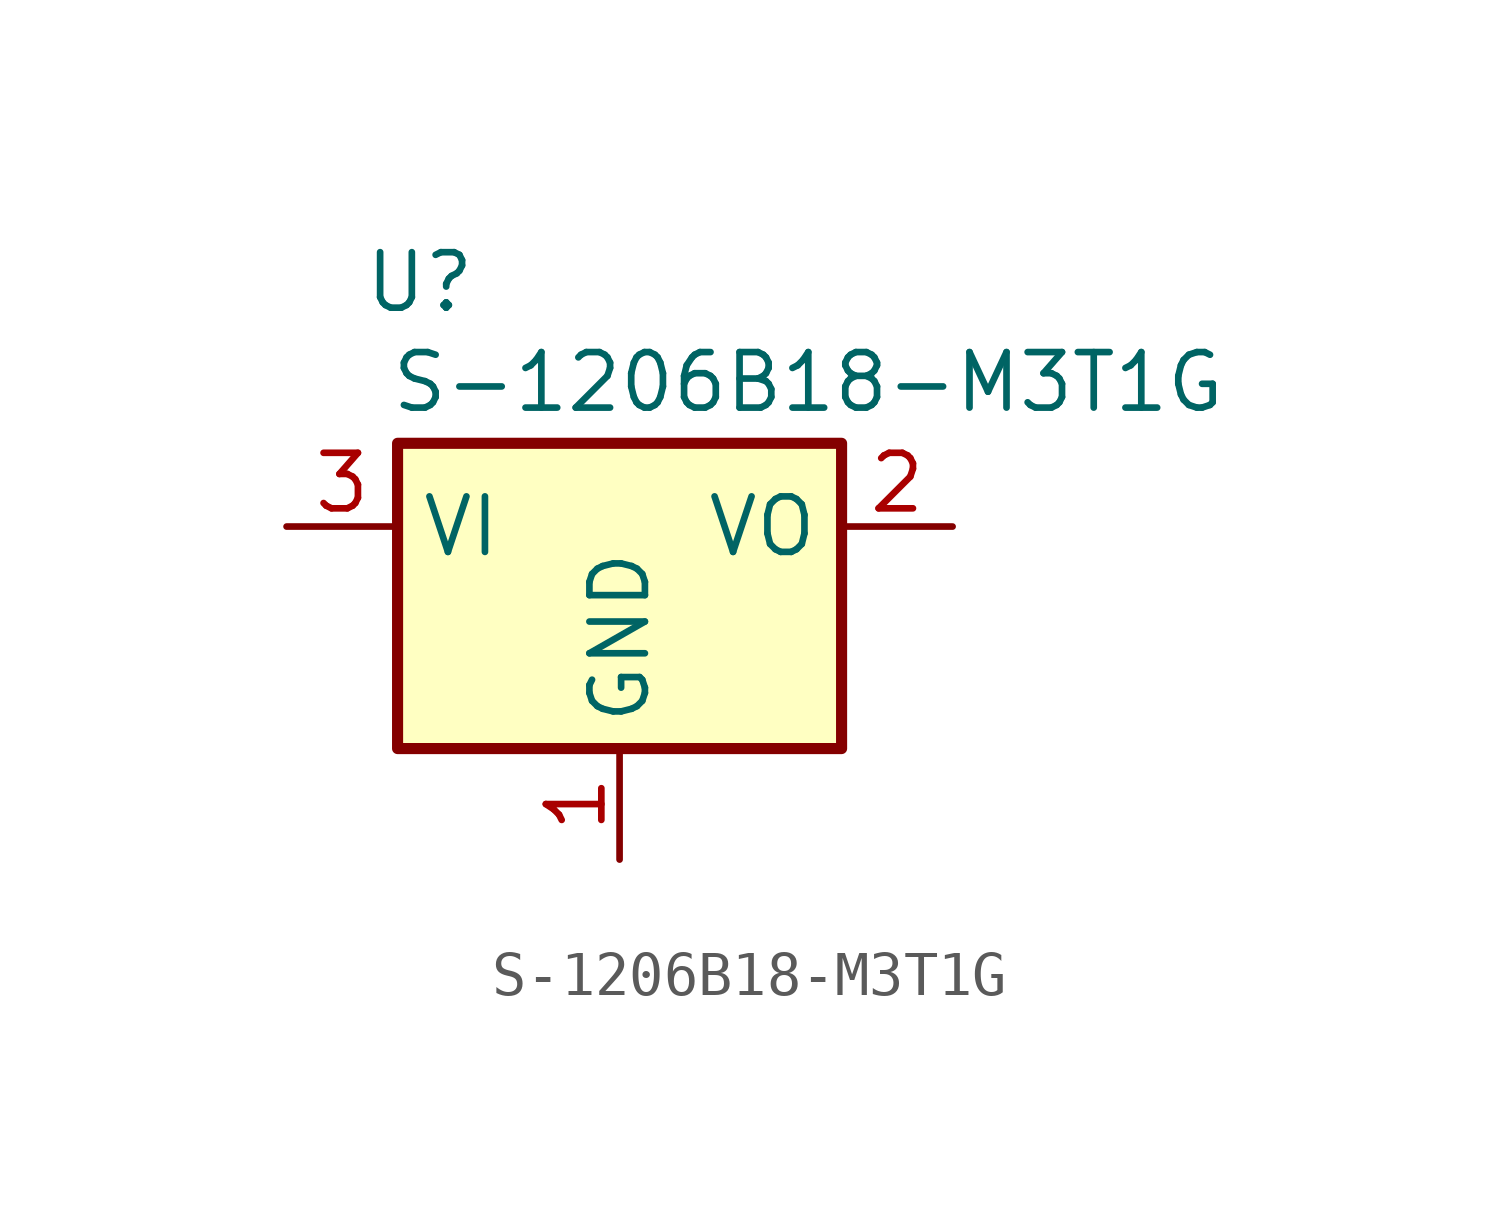
<source format=kicad_sym>
(kicad_symbol_lib
  (version 20231120)
  (generator "kicad_symbol_editor")
  (generator_version "8.0")
  (symbol "S-1206B18-M3T1G"
    (property "Reference" "U"
      (at -4.572 5.588 0)
      (effects (font (size 1.27 1.27))))
    (property "Value" "S-1206B18-M3T1G"
      (at 4.318 3.302 0)
      (effects (font (size 1.27 1.27))))
    (symbol "S-1206B18-M3T1G_0_1"
      (rectangle (start -5.08 1.905) (end 5.08 -5.08) (stroke (width 0.254) (type default)) (fill (type background))))
    (symbol "S-1206B18-M3T1G_1_1"
      (pin power_in line (at 0 -7.62 90) (length 2.54) (name "GND" (effects (font (size 1.27 1.27)))) (number "1" (effects (font (size 1.27 1.27)))))
      (pin power_out line (at 7.62 0 180) (length 2.54) (name "VO" (effects (font (size 1.27 1.27)))) (number "2" (effects (font (size 1.27 1.27)))))
      (pin power_in line (at -7.62 0 0) (length 2.54) (name "VI" (effects (font (size 1.27 1.27)))) (number "3" (effects (font (size 1.27 1.27))))))))
</source>
